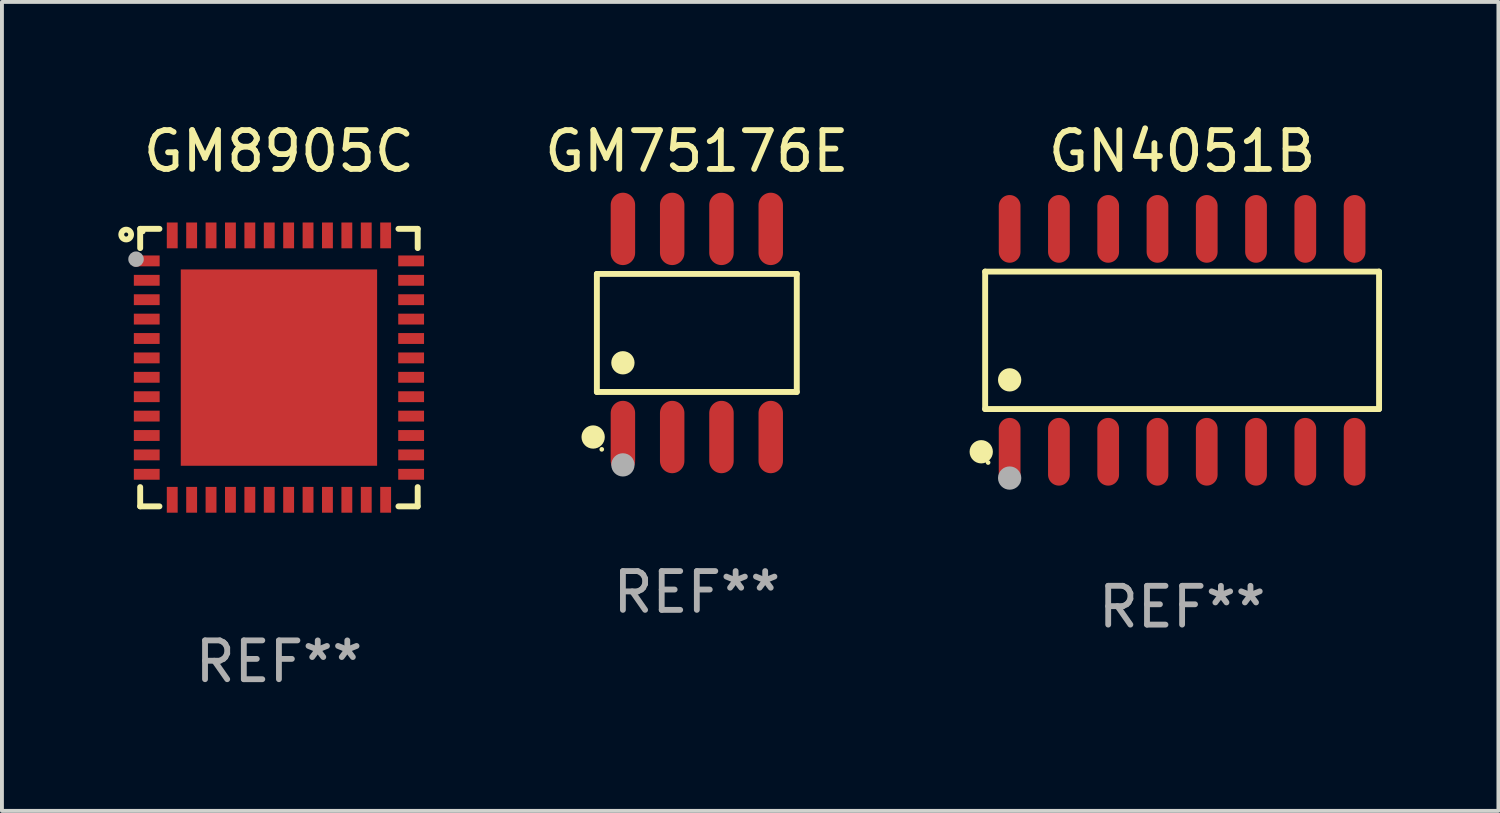
<source format=kicad_pcb>
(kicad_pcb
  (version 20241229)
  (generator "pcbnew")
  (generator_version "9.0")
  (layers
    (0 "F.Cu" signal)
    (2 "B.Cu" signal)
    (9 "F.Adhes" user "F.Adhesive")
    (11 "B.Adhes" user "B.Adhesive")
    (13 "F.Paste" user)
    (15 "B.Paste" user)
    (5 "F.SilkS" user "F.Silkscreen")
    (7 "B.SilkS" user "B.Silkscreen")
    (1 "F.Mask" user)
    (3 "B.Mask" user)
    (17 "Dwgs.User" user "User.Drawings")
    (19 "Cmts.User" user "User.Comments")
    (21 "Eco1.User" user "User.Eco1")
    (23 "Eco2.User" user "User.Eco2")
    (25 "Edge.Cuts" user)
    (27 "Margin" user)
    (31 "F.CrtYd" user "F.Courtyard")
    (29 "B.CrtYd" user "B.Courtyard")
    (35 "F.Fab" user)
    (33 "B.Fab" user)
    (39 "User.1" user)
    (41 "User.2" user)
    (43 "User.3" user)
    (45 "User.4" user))
  (footprint "GN4051B"
    (layer "F.Cu")
    (at 27.416 5.721)
    (property "Reference" "GN4051B" (at 0 -4.872 0) (layer "F.SilkS") (effects (font (size 1 1) (thickness 0.15))))
    (attr through_hole)
    (fp_line (start -5.076 -1.771) (end 5.076 -1.771) (stroke (width 0.152) (type solid)) (layer "F.SilkS"))
    (fp_line (start -5.076 1.771) (end -5.076 -1.771) (stroke (width 0.152) (type solid)) (layer "F.SilkS"))
    (fp_line (start 5.076 -1.771) (end 5.076 1.771) (stroke (width 0.152) (type solid)) (layer "F.SilkS"))
    (fp_line (start 5.076 1.771) (end -5.076 1.771) (stroke (width 0.152) (type solid)) (layer "F.SilkS"))
    (fp_circle (center -5.177 2.872) (end -5.027 2.872) (stroke (width 0.3) (type solid)) (fill no) (layer "F.SilkS"))
    (fp_circle (center -5 3.15) (end -4.97 3.15) (stroke (width 0.06) (type solid)) (fill no) (layer "F.SilkS"))
    (fp_circle (center -4.445 1.019) (end -4.295 1.019) (stroke (width 0.3) (type solid)) (fill no) (layer "F.SilkS"))
    (fp_circle (center -4.445 3.55) (end -4.295 3.55) (stroke (width 0.3) (type solid)) (fill no) (layer "F.Fab"))
    (fp_text user "REF**" (at 0 6.872 0) (layer "F.Fab") (effects (font (size 1 1) (thickness 0.15))))
    (pad "1" smd oval (at -4.445 2.872) (size 0.56 1.745) (layers "F.Cu" "F.Mask" "F.Paste"))
    (pad "2" smd oval (at -3.175 2.872) (size 0.56 1.745) (layers "F.Cu" "F.Mask" "F.Paste"))
    (pad "3" smd oval (at -1.905 2.872) (size 0.56 1.745) (layers "F.Cu" "F.Mask" "F.Paste"))
    (pad "4" smd oval (at -0.635 2.872) (size 0.56 1.745) (layers "F.Cu" "F.Mask" "F.Paste"))
    (pad "5" smd oval (at 0.635 2.872) (size 0.56 1.745) (layers "F.Cu" "F.Mask" "F.Paste"))
    (pad "6" smd oval (at 1.905 2.872) (size 0.56 1.745) (layers "F.Cu" "F.Mask" "F.Paste"))
    (pad "7" smd oval (at 3.175 2.872) (size 0.56 1.745) (layers "F.Cu" "F.Mask" "F.Paste"))
    (pad "8" smd oval (at 4.445 2.872) (size 0.56 1.745) (layers "F.Cu" "F.Mask" "F.Paste"))
    (pad "9" smd oval (at 4.445 -2.872) (size 0.56 1.745) (layers "F.Cu" "F.Mask" "F.Paste"))
    (pad "10" smd oval (at 3.175 -2.872) (size 0.56 1.745) (layers "F.Cu" "F.Mask" "F.Paste"))
    (pad "11" smd oval (at 1.905 -2.872) (size 0.56 1.745) (layers "F.Cu" "F.Mask" "F.Paste"))
    (pad "12" smd oval (at 0.635 -2.872) (size 0.56 1.745) (layers "F.Cu" "F.Mask" "F.Paste"))
    (pad "13" smd oval (at -0.635 -2.872) (size 0.56 1.745) (layers "F.Cu" "F.Mask" "F.Paste"))
    (pad "14" smd oval (at -1.905 -2.872) (size 0.56 1.745) (layers "F.Cu" "F.Mask" "F.Paste"))
    (pad "15" smd oval (at -3.175 -2.872) (size 0.56 1.745) (layers "F.Cu" "F.Mask" "F.Paste"))
    (pad "16" smd oval (at -4.445 -2.872) (size 0.56 1.745) (layers "F.Cu" "F.Mask" "F.Paste")))
  (footprint "GM75176E"
    (layer "F.Cu")
    (at 14.909 5.531)
    (property "Reference" "GM75176E" (at 0 -4.682 0) (layer "F.SilkS") (effects (font (size 1 1) (thickness 0.15))))
    (attr through_hole)
    (fp_line (start -2.576 -1.521) (end 2.576 -1.521) (stroke (width 0.152) (type solid)) (layer "F.SilkS"))
    (fp_line (start -2.576 1.521) (end -2.576 -1.521) (stroke (width 0.152) (type solid)) (layer "F.SilkS"))
    (fp_line (start 2.576 -1.521) (end 2.576 1.521) (stroke (width 0.152) (type solid)) (layer "F.SilkS"))
    (fp_line (start 2.576 1.521) (end -2.576 1.521) (stroke (width 0.152) (type solid)) (layer "F.SilkS"))
    (fp_circle (center -2.672 2.682) (end -2.522 2.682) (stroke (width 0.3) (type solid)) (fill no) (layer "F.SilkS"))
    (fp_circle (center -2.45 3) (end -2.42 3) (stroke (width 0.06) (type solid)) (fill no) (layer "F.SilkS"))
    (fp_circle (center -1.905 0.769) (end -1.755 0.769) (stroke (width 0.3) (type solid)) (fill no) (layer "F.SilkS"))
    (fp_circle (center -1.905 3.4) (end -1.755 3.4) (stroke (width 0.3) (type solid)) (fill no) (layer "F.Fab"))
    (fp_text user "REF**" (at 0 6.682 0) (layer "F.Fab") (effects (font (size 1 1) (thickness 0.15))))
    (pad "1" smd oval (at -1.905 2.682) (size 0.63 1.865) (layers "F.Cu" "F.Mask" "F.Paste"))
    (pad "2" smd oval (at -0.635 2.682) (size 0.63 1.865) (layers "F.Cu" "F.Mask" "F.Paste"))
    (pad "3" smd oval (at 0.635 2.682) (size 0.63 1.865) (layers "F.Cu" "F.Mask" "F.Paste"))
    (pad "4" smd oval (at 1.905 2.682) (size 0.63 1.865) (layers "F.Cu" "F.Mask" "F.Paste"))
    (pad "5" smd oval (at 1.905 -2.682) (size 0.63 1.865) (layers "F.Cu" "F.Mask" "F.Paste"))
    (pad "6" smd oval (at 0.635 -2.682) (size 0.63 1.865) (layers "F.Cu" "F.Mask" "F.Paste"))
    (pad "7" smd oval (at -0.635 -2.682) (size 0.63 1.865) (layers "F.Cu" "F.Mask" "F.Paste"))
    (pad "8" smd oval (at -1.905 -2.682) (size 0.63 1.865) (layers "F.Cu" "F.Mask" "F.Paste")))
  (footprint "GM8905C"
    (layer "F.Cu")
    (at 4.139 6.424)
    (property "Reference" "GM8905C" (at 0 -5.576 0) (layer "F.SilkS") (effects (font (size 1 1) (thickness 0.15))))
    (attr through_hole)
    (fp_line (start -3.576 -3.576) (end -3.576 -3.08) (stroke (width 0.152) (type solid)) (layer "F.SilkS"))
    (fp_line (start -3.576 3.576) (end -3.576 3.08) (stroke (width 0.152) (type solid)) (layer "F.SilkS"))
    (fp_line (start -3.08 -3.576) (end -3.576 -3.576) (stroke (width 0.152) (type solid)) (layer "F.SilkS"))
    (fp_line (start -3.08 3.576) (end -3.576 3.576) (stroke (width 0.152) (type solid)) (layer "F.SilkS"))
    (fp_line (start 3.08 -3.576) (end 3.576 -3.576) (stroke (width 0.152) (type solid)) (layer "F.SilkS"))
    (fp_line (start 3.08 3.576) (end 3.576 3.576) (stroke (width 0.152) (type solid)) (layer "F.SilkS"))
    (fp_line (start 3.576 -3.576) (end 3.576 -3.08) (stroke (width 0.152) (type solid)) (layer "F.SilkS"))
    (fp_line (start 3.576 3.576) (end 3.576 3.08) (stroke (width 0.152) (type solid)) (layer "F.SilkS"))
    (fp_circle (center -3.937 -3.429) (end -3.81 -3.429) (stroke (width 0.15) (type solid)) (fill no) (layer "F.SilkS"))
    (fp_circle (center -3.5 -3.5) (end -3.47 -3.5) (stroke (width 0.06) (type solid)) (fill no) (layer "F.SilkS"))
    (fp_circle (center -3.683 -2.794) (end -3.583 -2.794) (stroke (width 0.2) (type solid)) (fill no) (layer "F.Fab"))
    (fp_text user "REF**" (at 0 7.576 0) (layer "F.Fab") (effects (font (size 1 1) (thickness 0.15))))
    (pad "1" smd rect (at -3.407 -2.75) (size 0.665 0.28) (layers "F.Cu" "F.Mask" "F.Paste"))
    (pad "2" smd rect (at -3.407 -2.25) (size 0.665 0.28) (layers "F.Cu" "F.Mask" "F.Paste"))
    (pad "3" smd rect (at -3.407 -1.75) (size 0.665 0.28) (layers "F.Cu" "F.Mask" "F.Paste"))
    (pad "4" smd rect (at -3.407 -1.25) (size 0.665 0.28) (layers "F.Cu" "F.Mask" "F.Paste"))
    (pad "5" smd rect (at -3.407 -0.75) (size 0.665 0.28) (layers "F.Cu" "F.Mask" "F.Paste"))
    (pad "6" smd rect (at -3.407 -0.25) (size 0.665 0.28) (layers "F.Cu" "F.Mask" "F.Paste"))
    (pad "7" smd rect (at -3.407 0.25) (size 0.665 0.28) (layers "F.Cu" "F.Mask" "F.Paste"))
    (pad "8" smd rect (at -3.407 0.75) (size 0.665 0.28) (layers "F.Cu" "F.Mask" "F.Paste"))
    (pad "9" smd rect (at -3.407 1.25) (size 0.665 0.28) (layers "F.Cu" "F.Mask" "F.Paste"))
    (pad "10" smd rect (at -3.407 1.75) (size 0.665 0.28) (layers "F.Cu" "F.Mask" "F.Paste"))
    (pad "11" smd rect (at -3.407 2.25) (size 0.665 0.28) (layers "F.Cu" "F.Mask" "F.Paste"))
    (pad "12" smd rect (at -3.407 2.75) (size 0.665 0.28) (layers "F.Cu" "F.Mask" "F.Paste"))
    (pad "13" smd rect (at -2.75 3.407) (size 0.28 0.665) (layers "F.Cu" "F.Mask" "F.Paste"))
    (pad "14" smd rect (at -2.25 3.407) (size 0.28 0.665) (layers "F.Cu" "F.Mask" "F.Paste"))
    (pad "15" smd rect (at -1.75 3.407) (size 0.28 0.665) (layers "F.Cu" "F.Mask" "F.Paste"))
    (pad "16" smd rect (at -1.25 3.407) (size 0.28 0.665) (layers "F.Cu" "F.Mask" "F.Paste"))
    (pad "17" smd rect (at -0.75 3.407) (size 0.28 0.665) (layers "F.Cu" "F.Mask" "F.Paste"))
    (pad "18" smd rect (at -0.25 3.407) (size 0.28 0.665) (layers "F.Cu" "F.Mask" "F.Paste"))
    (pad "19" smd rect (at 0.25 3.407) (size 0.28 0.665) (layers "F.Cu" "F.Mask" "F.Paste"))
    (pad "20" smd rect (at 0.75 3.407) (size 0.28 0.665) (layers "F.Cu" "F.Mask" "F.Paste"))
    (pad "21" smd rect (at 1.25 3.407) (size 0.28 0.665) (layers "F.Cu" "F.Mask" "F.Paste"))
    (pad "22" smd rect (at 1.75 3.407) (size 0.28 0.665) (layers "F.Cu" "F.Mask" "F.Paste"))
    (pad "23" smd rect (at 2.25 3.407) (size 0.28 0.665) (layers "F.Cu" "F.Mask" "F.Paste"))
    (pad "24" smd rect (at 2.75 3.407) (size 0.28 0.665) (layers "F.Cu" "F.Mask" "F.Paste"))
    (pad "25" smd rect (at 3.407 2.75) (size 0.665 0.28) (layers "F.Cu" "F.Mask" "F.Paste"))
    (pad "26" smd rect (at 3.407 2.25) (size 0.665 0.28) (layers "F.Cu" "F.Mask" "F.Paste"))
    (pad "27" smd rect (at 3.407 1.75) (size 0.665 0.28) (layers "F.Cu" "F.Mask" "F.Paste"))
    (pad "28" smd rect (at 3.407 1.25) (size 0.665 0.28) (layers "F.Cu" "F.Mask" "F.Paste"))
    (pad "29" smd rect (at 3.407 0.75) (size 0.665 0.28) (layers "F.Cu" "F.Mask" "F.Paste"))
    (pad "30" smd rect (at 3.407 0.25) (size 0.665 0.28) (layers "F.Cu" "F.Mask" "F.Paste"))
    (pad "31" smd rect (at 3.407 -0.25) (size 0.665 0.28) (layers "F.Cu" "F.Mask" "F.Paste"))
    (pad "32" smd rect (at 3.407 -0.75) (size 0.665 0.28) (layers "F.Cu" "F.Mask" "F.Paste"))
    (pad "33" smd rect (at 3.407 -1.25) (size 0.665 0.28) (layers "F.Cu" "F.Mask" "F.Paste"))
    (pad "34" smd rect (at 3.407 -1.75) (size 0.665 0.28) (layers "F.Cu" "F.Mask" "F.Paste"))
    (pad "35" smd rect (at 3.407 -2.25) (size 0.665 0.28) (layers "F.Cu" "F.Mask" "F.Paste"))
    (pad "36" smd rect (at 3.407 -2.75) (size 0.665 0.28) (layers "F.Cu" "F.Mask" "F.Paste"))
    (pad "37" smd rect (at 2.75 -3.407) (size 0.28 0.665) (layers "F.Cu" "F.Mask" "F.Paste"))
    (pad "38" smd rect (at 2.25 -3.407) (size 0.28 0.665) (layers "F.Cu" "F.Mask" "F.Paste"))
    (pad "39" smd rect (at 1.75 -3.407) (size 0.28 0.665) (layers "F.Cu" "F.Mask" "F.Paste"))
    (pad "40" smd rect (at 1.25 -3.407) (size 0.28 0.665) (layers "F.Cu" "F.Mask" "F.Paste"))
    (pad "41" smd rect (at 0.75 -3.407) (size 0.28 0.665) (layers "F.Cu" "F.Mask" "F.Paste"))
    (pad "42" smd rect (at 0.25 -3.407) (size 0.28 0.665) (layers "F.Cu" "F.Mask" "F.Paste"))
    (pad "43" smd rect (at -0.25 -3.407) (size 0.28 0.665) (layers "F.Cu" "F.Mask" "F.Paste"))
    (pad "44" smd rect (at -0.75 -3.407) (size 0.28 0.665) (layers "F.Cu" "F.Mask" "F.Paste"))
    (pad "45" smd rect (at -1.25 -3.407) (size 0.28 0.665) (layers "F.Cu" "F.Mask" "F.Paste"))
    (pad "46" smd rect (at -1.75 -3.407) (size 0.28 0.665) (layers "F.Cu" "F.Mask" "F.Paste"))
    (pad "47" smd rect (at -2.25 -3.407) (size 0.28 0.665) (layers "F.Cu" "F.Mask" "F.Paste"))
    (pad "48" smd rect (at -2.75 -3.407) (size 0.28 0.665) (layers "F.Cu" "F.Mask" "F.Paste"))
    (pad "49" smd rect (at 0 0) (size 5.06 5.06) (layers "F.Cu" "F.Mask" "F.Paste")))
  (gr_rect
    (start -3 -3)
    (end 35.568 17.849)
    (stroke (width 0.1) (type default))
    (fill no)
    (layer "Edge.Cuts")))
</source>
